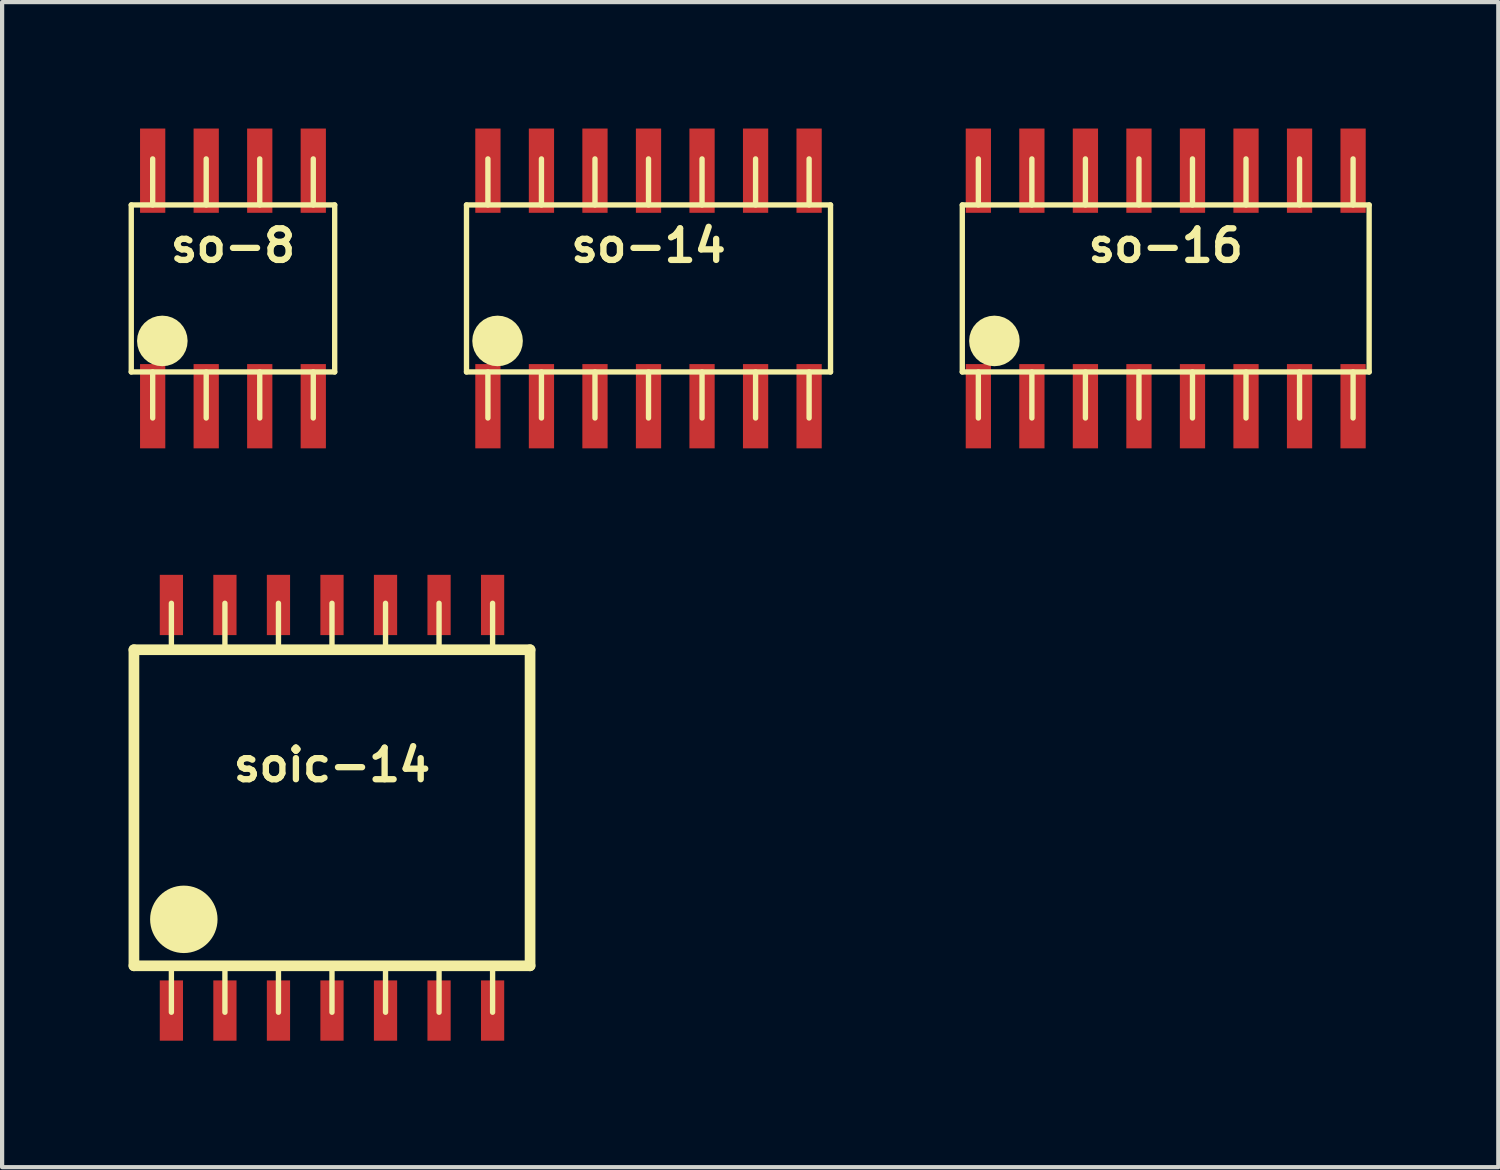
<source format=kicad_pcb>
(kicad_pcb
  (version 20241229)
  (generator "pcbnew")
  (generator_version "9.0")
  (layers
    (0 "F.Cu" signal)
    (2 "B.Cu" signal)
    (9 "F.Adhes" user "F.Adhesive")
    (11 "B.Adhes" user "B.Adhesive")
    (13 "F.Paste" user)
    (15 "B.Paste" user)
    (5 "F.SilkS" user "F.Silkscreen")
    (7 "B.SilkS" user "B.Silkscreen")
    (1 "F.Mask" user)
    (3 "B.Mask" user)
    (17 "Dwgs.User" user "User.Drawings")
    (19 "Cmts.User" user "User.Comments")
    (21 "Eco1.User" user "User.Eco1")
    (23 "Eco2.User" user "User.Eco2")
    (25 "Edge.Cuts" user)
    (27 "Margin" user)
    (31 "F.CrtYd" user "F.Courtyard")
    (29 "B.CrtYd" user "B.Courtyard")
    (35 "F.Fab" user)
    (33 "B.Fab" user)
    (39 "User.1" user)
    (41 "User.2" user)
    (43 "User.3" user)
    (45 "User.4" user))
  (footprint "soic-14"
    (layer "F.Cu")
    (at 4.826 16.113)
    (property "Reference" "soic-14" (at 0 -1.016 0) (layer "F.SilkS") (effects (font (size 0.749 0.749) (thickness 0.15))))
    (attr through_hole)
    (fp_line (start -4.699 -3.749) (end -4.699 3.749) (stroke (width 0.254) (type solid)) (layer "F.SilkS"))
    (fp_line (start -4.699 -3.749) (end 4.699 -3.749) (stroke (width 0.254) (type solid)) (layer "F.SilkS"))
    (fp_line (start -3.81 -3.759) (end -3.81 -4.851) (stroke (width 0.127) (type solid)) (layer "F.SilkS"))
    (fp_line (start -3.81 3.759) (end -3.81 4.851) (stroke (width 0.127) (type solid)) (layer "F.SilkS"))
    (fp_line (start -2.54 -3.759) (end -2.54 -4.851) (stroke (width 0.127) (type solid)) (layer "F.SilkS"))
    (fp_line (start -2.54 4.851) (end -2.54 3.759) (stroke (width 0.127) (type solid)) (layer "F.SilkS"))
    (fp_line (start -1.27 -4.851) (end -1.27 -3.759) (stroke (width 0.127) (type solid)) (layer "F.SilkS"))
    (fp_line (start -1.27 4.851) (end -1.27 3.759) (stroke (width 0.127) (type solid)) (layer "F.SilkS"))
    (fp_line (start 0 -4.851) (end 0 -3.759) (stroke (width 0.127) (type solid)) (layer "F.SilkS"))
    (fp_line (start 0 4.851) (end 0 3.759) (stroke (width 0.127) (type solid)) (layer "F.SilkS"))
    (fp_line (start 1.27 -4.851) (end 1.27 -3.759) (stroke (width 0.127) (type solid)) (layer "F.SilkS"))
    (fp_line (start 1.27 4.851) (end 1.27 3.759) (stroke (width 0.127) (type solid)) (layer "F.SilkS"))
    (fp_line (start 2.54 -3.759) (end 2.54 -4.851) (stroke (width 0.127) (type solid)) (layer "F.SilkS"))
    (fp_line (start 2.54 3.759) (end 2.54 4.851) (stroke (width 0.127) (type solid)) (layer "F.SilkS"))
    (fp_line (start 3.81 -3.759) (end 3.81 -4.851) (stroke (width 0.127) (type solid)) (layer "F.SilkS"))
    (fp_line (start 3.81 3.759) (end 3.81 4.851) (stroke (width 0.127) (type solid)) (layer "F.SilkS"))
    (fp_line (start 4.699 3.749) (end -4.699 3.749) (stroke (width 0.254) (type solid)) (layer "F.SilkS"))
    (fp_line (start 4.699 3.749) (end 4.699 -3.749) (stroke (width 0.254) (type solid)) (layer "F.SilkS"))
    (fp_circle (center -3.515 2.647) (end -3.115 2.647) (stroke (width 0.8) (type solid)) (fill no) (layer "F.SilkS"))
    (pad "1" smd rect (at -3.81 4.811) (size 0.551 1.43) (layers "F.Cu" "F.Mask" "F.Paste"))
    (pad "2" smd rect (at -2.54 4.811) (size 0.551 1.43) (layers "F.Cu" "F.Mask" "F.Paste"))
    (pad "3" smd rect (at -1.27 4.811) (size 0.551 1.43) (layers "F.Cu" "F.Mask" "F.Paste"))
    (pad "4" smd rect (at 0 4.811) (size 0.551 1.43) (layers "F.Cu" "F.Mask" "F.Paste"))
    (pad "5" smd rect (at 1.27 4.811) (size 0.551 1.43) (layers "F.Cu" "F.Mask" "F.Paste"))
    (pad "6" smd rect (at 2.54 4.811) (size 0.551 1.43) (layers "F.Cu" "F.Mask" "F.Paste"))
    (pad "7" smd rect (at 3.81 4.811) (size 0.551 1.43) (layers "F.Cu" "F.Mask" "F.Paste"))
    (pad "8" smd rect (at 3.81 -4.811) (size 0.551 1.43) (layers "F.Cu" "F.Mask" "F.Paste"))
    (pad "9" smd rect (at 2.54 -4.811) (size 0.551 1.43) (layers "F.Cu" "F.Mask" "F.Paste"))
    (pad "10" smd rect (at 1.27 -4.811) (size 0.551 1.43) (layers "F.Cu" "F.Mask" "F.Paste"))
    (pad "11" smd rect (at 0 -4.811) (size 0.551 1.43) (layers "F.Cu" "F.Mask" "F.Paste"))
    (pad "12" smd rect (at -1.27 -4.811) (size 0.551 1.43) (layers "F.Cu" "F.Mask" "F.Paste"))
    (pad "13" smd rect (at -2.54 -4.811) (size 0.551 1.43) (layers "F.Cu" "F.Mask" "F.Paste"))
    (pad "14" smd rect (at -3.81 -4.811) (size 0.551 1.43) (layers "F.Cu" "F.Mask" "F.Paste")))
  (footprint "so-16"
    (layer "F.Cu")
    (at 24.605 3.793)
    (property "Reference" "so-16" (at 0 -1.016 0) (layer "F.SilkS") (effects (font (size 0.749 0.749) (thickness 0.15))))
    (attr through_hole)
    (fp_line (start -4.826 -1.981) (end -4.826 1.981) (stroke (width 0.127) (type solid)) (layer "F.SilkS"))
    (fp_line (start -4.826 1.981) (end 4.826 1.981) (stroke (width 0.127) (type solid)) (layer "F.SilkS"))
    (fp_line (start -4.445 -3.073) (end -4.445 -1.981) (stroke (width 0.127) (type solid)) (layer "F.SilkS"))
    (fp_line (start -4.445 1.981) (end -4.445 3.073) (stroke (width 0.127) (type solid)) (layer "F.SilkS"))
    (fp_line (start -3.175 -1.981) (end -3.175 -3.073) (stroke (width 0.127) (type solid)) (layer "F.SilkS"))
    (fp_line (start -3.175 3.073) (end -3.175 1.981) (stroke (width 0.127) (type solid)) (layer "F.SilkS"))
    (fp_line (start -1.905 -1.981) (end -1.905 -3.073) (stroke (width 0.127) (type solid)) (layer "F.SilkS"))
    (fp_line (start -1.905 3.073) (end -1.905 1.981) (stroke (width 0.127) (type solid)) (layer "F.SilkS"))
    (fp_line (start -0.635 -1.981) (end -0.635 -3.073) (stroke (width 0.127) (type solid)) (layer "F.SilkS"))
    (fp_line (start -0.635 3.073) (end -0.635 1.981) (stroke (width 0.127) (type solid)) (layer "F.SilkS"))
    (fp_line (start 0.635 -1.981) (end 0.635 -3.073) (stroke (width 0.127) (type solid)) (layer "F.SilkS"))
    (fp_line (start 0.635 3.073) (end 0.635 1.981) (stroke (width 0.127) (type solid)) (layer "F.SilkS"))
    (fp_line (start 1.905 -3.073) (end 1.905 -1.981) (stroke (width 0.127) (type solid)) (layer "F.SilkS"))
    (fp_line (start 1.905 1.981) (end 1.905 3.073) (stroke (width 0.127) (type solid)) (layer "F.SilkS"))
    (fp_line (start 3.175 -3.073) (end 3.175 -1.981) (stroke (width 0.127) (type solid)) (layer "F.SilkS"))
    (fp_line (start 3.175 1.981) (end 3.175 3.073) (stroke (width 0.127) (type solid)) (layer "F.SilkS"))
    (fp_line (start 4.445 -3.073) (end 4.445 -1.981) (stroke (width 0.127) (type solid)) (layer "F.SilkS"))
    (fp_line (start 4.445 1.981) (end 4.445 3.073) (stroke (width 0.127) (type solid)) (layer "F.SilkS"))
    (fp_line (start 4.826 -1.981) (end -4.826 -1.981) (stroke (width 0.127) (type solid)) (layer "F.SilkS"))
    (fp_line (start 4.826 1.981) (end 4.826 -1.981) (stroke (width 0.127) (type solid)) (layer "F.SilkS"))
    (fp_circle (center -4.064 1.245) (end -3.764 1.245) (stroke (width 0.6) (type solid)) (fill no) (layer "F.SilkS"))
    (pad "1" smd rect (at -4.445 2.794) (size 0.599 1.999) (layers "F.Cu" "F.Mask" "F.Paste"))
    (pad "2" smd rect (at -3.175 2.794) (size 0.599 1.999) (layers "F.Cu" "F.Mask" "F.Paste"))
    (pad "3" smd rect (at -1.905 2.794) (size 0.599 1.999) (layers "F.Cu" "F.Mask" "F.Paste"))
    (pad "4" smd rect (at -0.635 2.794) (size 0.599 1.999) (layers "F.Cu" "F.Mask" "F.Paste"))
    (pad "5" smd rect (at 0.635 2.794) (size 0.599 1.999) (layers "F.Cu" "F.Mask" "F.Paste"))
    (pad "6" smd rect (at 1.905 2.794) (size 0.599 1.999) (layers "F.Cu" "F.Mask" "F.Paste"))
    (pad "7" smd rect (at 3.175 2.794) (size 0.599 1.999) (layers "F.Cu" "F.Mask" "F.Paste"))
    (pad "8" smd rect (at 4.445 2.794) (size 0.599 1.999) (layers "F.Cu" "F.Mask" "F.Paste"))
    (pad "9" smd rect (at 4.445 -2.794) (size 0.599 1.999) (layers "F.Cu" "F.Mask" "F.Paste"))
    (pad "10" smd rect (at 3.175 -2.794) (size 0.599 1.999) (layers "F.Cu" "F.Mask" "F.Paste"))
    (pad "11" smd rect (at 1.905 -2.794) (size 0.599 1.999) (layers "F.Cu" "F.Mask" "F.Paste"))
    (pad "12" smd rect (at 0.635 -2.794) (size 0.599 1.999) (layers "F.Cu" "F.Mask" "F.Paste"))
    (pad "13" smd rect (at -0.635 -2.794) (size 0.599 1.999) (layers "F.Cu" "F.Mask" "F.Paste"))
    (pad "14" smd rect (at -1.905 -2.794) (size 0.599 1.999) (layers "F.Cu" "F.Mask" "F.Paste"))
    (pad "15" smd rect (at -3.175 -2.794) (size 0.599 1.999) (layers "F.Cu" "F.Mask" "F.Paste"))
    (pad "16" smd rect (at -4.445 -2.794) (size 0.599 1.999) (layers "F.Cu" "F.Mask" "F.Paste")))
  (footprint "so-8"
    (layer "F.Cu")
    (at 2.477 3.793)
    (property "Reference" "so-8" (at 0 -1.016 0) (layer "F.SilkS") (effects (font (size 0.749 0.749) (thickness 0.15))))
    (attr through_hole)
    (fp_line (start -2.413 -1.981) (end -2.413 1.981) (stroke (width 0.127) (type solid)) (layer "F.SilkS"))
    (fp_line (start -2.413 1.981) (end 2.413 1.981) (stroke (width 0.127) (type solid)) (layer "F.SilkS"))
    (fp_line (start -1.905 -1.981) (end -1.905 -3.073) (stroke (width 0.127) (type solid)) (layer "F.SilkS"))
    (fp_line (start -1.905 3.073) (end -1.905 1.981) (stroke (width 0.127) (type solid)) (layer "F.SilkS"))
    (fp_line (start -0.635 -1.981) (end -0.635 -3.073) (stroke (width 0.127) (type solid)) (layer "F.SilkS"))
    (fp_line (start -0.635 3.073) (end -0.635 1.981) (stroke (width 0.127) (type solid)) (layer "F.SilkS"))
    (fp_line (start 0.635 -1.981) (end 0.635 -3.073) (stroke (width 0.127) (type solid)) (layer "F.SilkS"))
    (fp_line (start 0.635 3.073) (end 0.635 1.981) (stroke (width 0.127) (type solid)) (layer "F.SilkS"))
    (fp_line (start 1.905 -3.073) (end 1.905 -1.981) (stroke (width 0.127) (type solid)) (layer "F.SilkS"))
    (fp_line (start 1.905 1.981) (end 1.905 3.073) (stroke (width 0.127) (type solid)) (layer "F.SilkS"))
    (fp_line (start 2.413 -1.981) (end -2.413 -1.981) (stroke (width 0.127) (type solid)) (layer "F.SilkS"))
    (fp_line (start 2.413 1.981) (end 2.413 -1.981) (stroke (width 0.127) (type solid)) (layer "F.SilkS"))
    (fp_circle (center -1.676 1.245) (end -1.376 1.245) (stroke (width 0.6) (type solid)) (fill no) (layer "F.SilkS"))
    (pad "1" smd rect (at -1.905 2.794) (size 0.599 1.999) (layers "F.Cu" "F.Mask" "F.Paste"))
    (pad "2" smd rect (at -0.635 2.794) (size 0.599 1.999) (layers "F.Cu" "F.Mask" "F.Paste"))
    (pad "3" smd rect (at 0.635 2.794) (size 0.599 1.999) (layers "F.Cu" "F.Mask" "F.Paste"))
    (pad "4" smd rect (at 1.905 2.794) (size 0.599 1.999) (layers "F.Cu" "F.Mask" "F.Paste"))
    (pad "5" smd rect (at 1.905 -2.794) (size 0.599 1.999) (layers "F.Cu" "F.Mask" "F.Paste"))
    (pad "6" smd rect (at 0.635 -2.794) (size 0.599 1.999) (layers "F.Cu" "F.Mask" "F.Paste"))
    (pad "7" smd rect (at -0.635 -2.794) (size 0.599 1.999) (layers "F.Cu" "F.Mask" "F.Paste"))
    (pad "8" smd rect (at -1.905 -2.794) (size 0.599 1.999) (layers "F.Cu" "F.Mask" "F.Paste")))
  (footprint "so-14"
    (layer "F.Cu")
    (at 12.335 3.793)
    (property "Reference" "so-14" (at 0 -1.016 0) (layer "F.SilkS") (effects (font (size 0.749 0.749) (thickness 0.15))))
    (attr through_hole)
    (fp_line (start -4.318 -1.981) (end -4.318 1.981) (stroke (width 0.127) (type solid)) (layer "F.SilkS"))
    (fp_line (start -4.318 1.981) (end 4.318 1.981) (stroke (width 0.127) (type solid)) (layer "F.SilkS"))
    (fp_line (start -3.81 -1.981) (end -3.81 -3.073) (stroke (width 0.127) (type solid)) (layer "F.SilkS"))
    (fp_line (start -3.81 1.981) (end -3.81 3.073) (stroke (width 0.127) (type solid)) (layer "F.SilkS"))
    (fp_line (start -2.54 -1.981) (end -2.54 -3.073) (stroke (width 0.127) (type solid)) (layer "F.SilkS"))
    (fp_line (start -2.54 3.073) (end -2.54 1.981) (stroke (width 0.127) (type solid)) (layer "F.SilkS"))
    (fp_line (start -1.27 -1.981) (end -1.27 -3.073) (stroke (width 0.127) (type solid)) (layer "F.SilkS"))
    (fp_line (start -1.27 3.073) (end -1.27 1.981) (stroke (width 0.127) (type solid)) (layer "F.SilkS"))
    (fp_line (start 0 -1.981) (end 0 -3.073) (stroke (width 0.127) (type solid)) (layer "F.SilkS"))
    (fp_line (start 0 3.073) (end 0 1.981) (stroke (width 0.127) (type solid)) (layer "F.SilkS"))
    (fp_line (start 1.27 -3.073) (end 1.27 -1.981) (stroke (width 0.127) (type solid)) (layer "F.SilkS"))
    (fp_line (start 1.27 3.073) (end 1.27 1.981) (stroke (width 0.127) (type solid)) (layer "F.SilkS"))
    (fp_line (start 2.54 -3.073) (end 2.54 -1.981) (stroke (width 0.127) (type solid)) (layer "F.SilkS"))
    (fp_line (start 2.54 1.981) (end 2.54 3.073) (stroke (width 0.127) (type solid)) (layer "F.SilkS"))
    (fp_line (start 3.81 -3.073) (end 3.81 -1.981) (stroke (width 0.127) (type solid)) (layer "F.SilkS"))
    (fp_line (start 3.81 1.981) (end 3.81 3.073) (stroke (width 0.127) (type solid)) (layer "F.SilkS"))
    (fp_line (start 4.318 -1.981) (end -4.318 -1.981) (stroke (width 0.127) (type solid)) (layer "F.SilkS"))
    (fp_line (start 4.318 1.981) (end 4.318 -1.981) (stroke (width 0.127) (type solid)) (layer "F.SilkS"))
    (fp_circle (center -3.581 1.245) (end -3.281 1.245) (stroke (width 0.6) (type solid)) (fill no) (layer "F.SilkS"))
    (pad "1" smd rect (at -3.81 2.794) (size 0.599 1.999) (layers "F.Cu" "F.Mask" "F.Paste"))
    (pad "2" smd rect (at -2.54 2.794) (size 0.599 1.999) (layers "F.Cu" "F.Mask" "F.Paste"))
    (pad "3" smd rect (at -1.27 2.794) (size 0.599 1.999) (layers "F.Cu" "F.Mask" "F.Paste"))
    (pad "4" smd rect (at 0 2.794) (size 0.599 1.999) (layers "F.Cu" "F.Mask" "F.Paste"))
    (pad "5" smd rect (at 1.27 2.794) (size 0.599 1.999) (layers "F.Cu" "F.Mask" "F.Paste"))
    (pad "6" smd rect (at 2.54 2.794) (size 0.599 1.999) (layers "F.Cu" "F.Mask" "F.Paste"))
    (pad "7" smd rect (at 3.81 2.794) (size 0.599 1.999) (layers "F.Cu" "F.Mask" "F.Paste"))
    (pad "8" smd rect (at 3.81 -2.794) (size 0.599 1.999) (layers "F.Cu" "F.Mask" "F.Paste"))
    (pad "9" smd rect (at 2.54 -2.794) (size 0.599 1.999) (layers "F.Cu" "F.Mask" "F.Paste"))
    (pad "10" smd rect (at 1.27 -2.794) (size 0.599 1.999) (layers "F.Cu" "F.Mask" "F.Paste"))
    (pad "11" smd rect (at 0 -2.794) (size 0.599 1.999) (layers "F.Cu" "F.Mask" "F.Paste"))
    (pad "12" smd rect (at -1.27 -2.794) (size 0.599 1.999) (layers "F.Cu" "F.Mask" "F.Paste"))
    (pad "13" smd rect (at -2.54 -2.794) (size 0.599 1.999) (layers "F.Cu" "F.Mask" "F.Paste"))
    (pad "14" smd rect (at -3.81 -2.794) (size 0.599 1.999) (layers "F.Cu" "F.Mask" "F.Paste")))
  (gr_rect
    (start -3 -3)
    (end 32.495 24.639)
    (stroke (width 0.1) (type default))
    (fill no)
    (layer "Edge.Cuts")))
</source>
